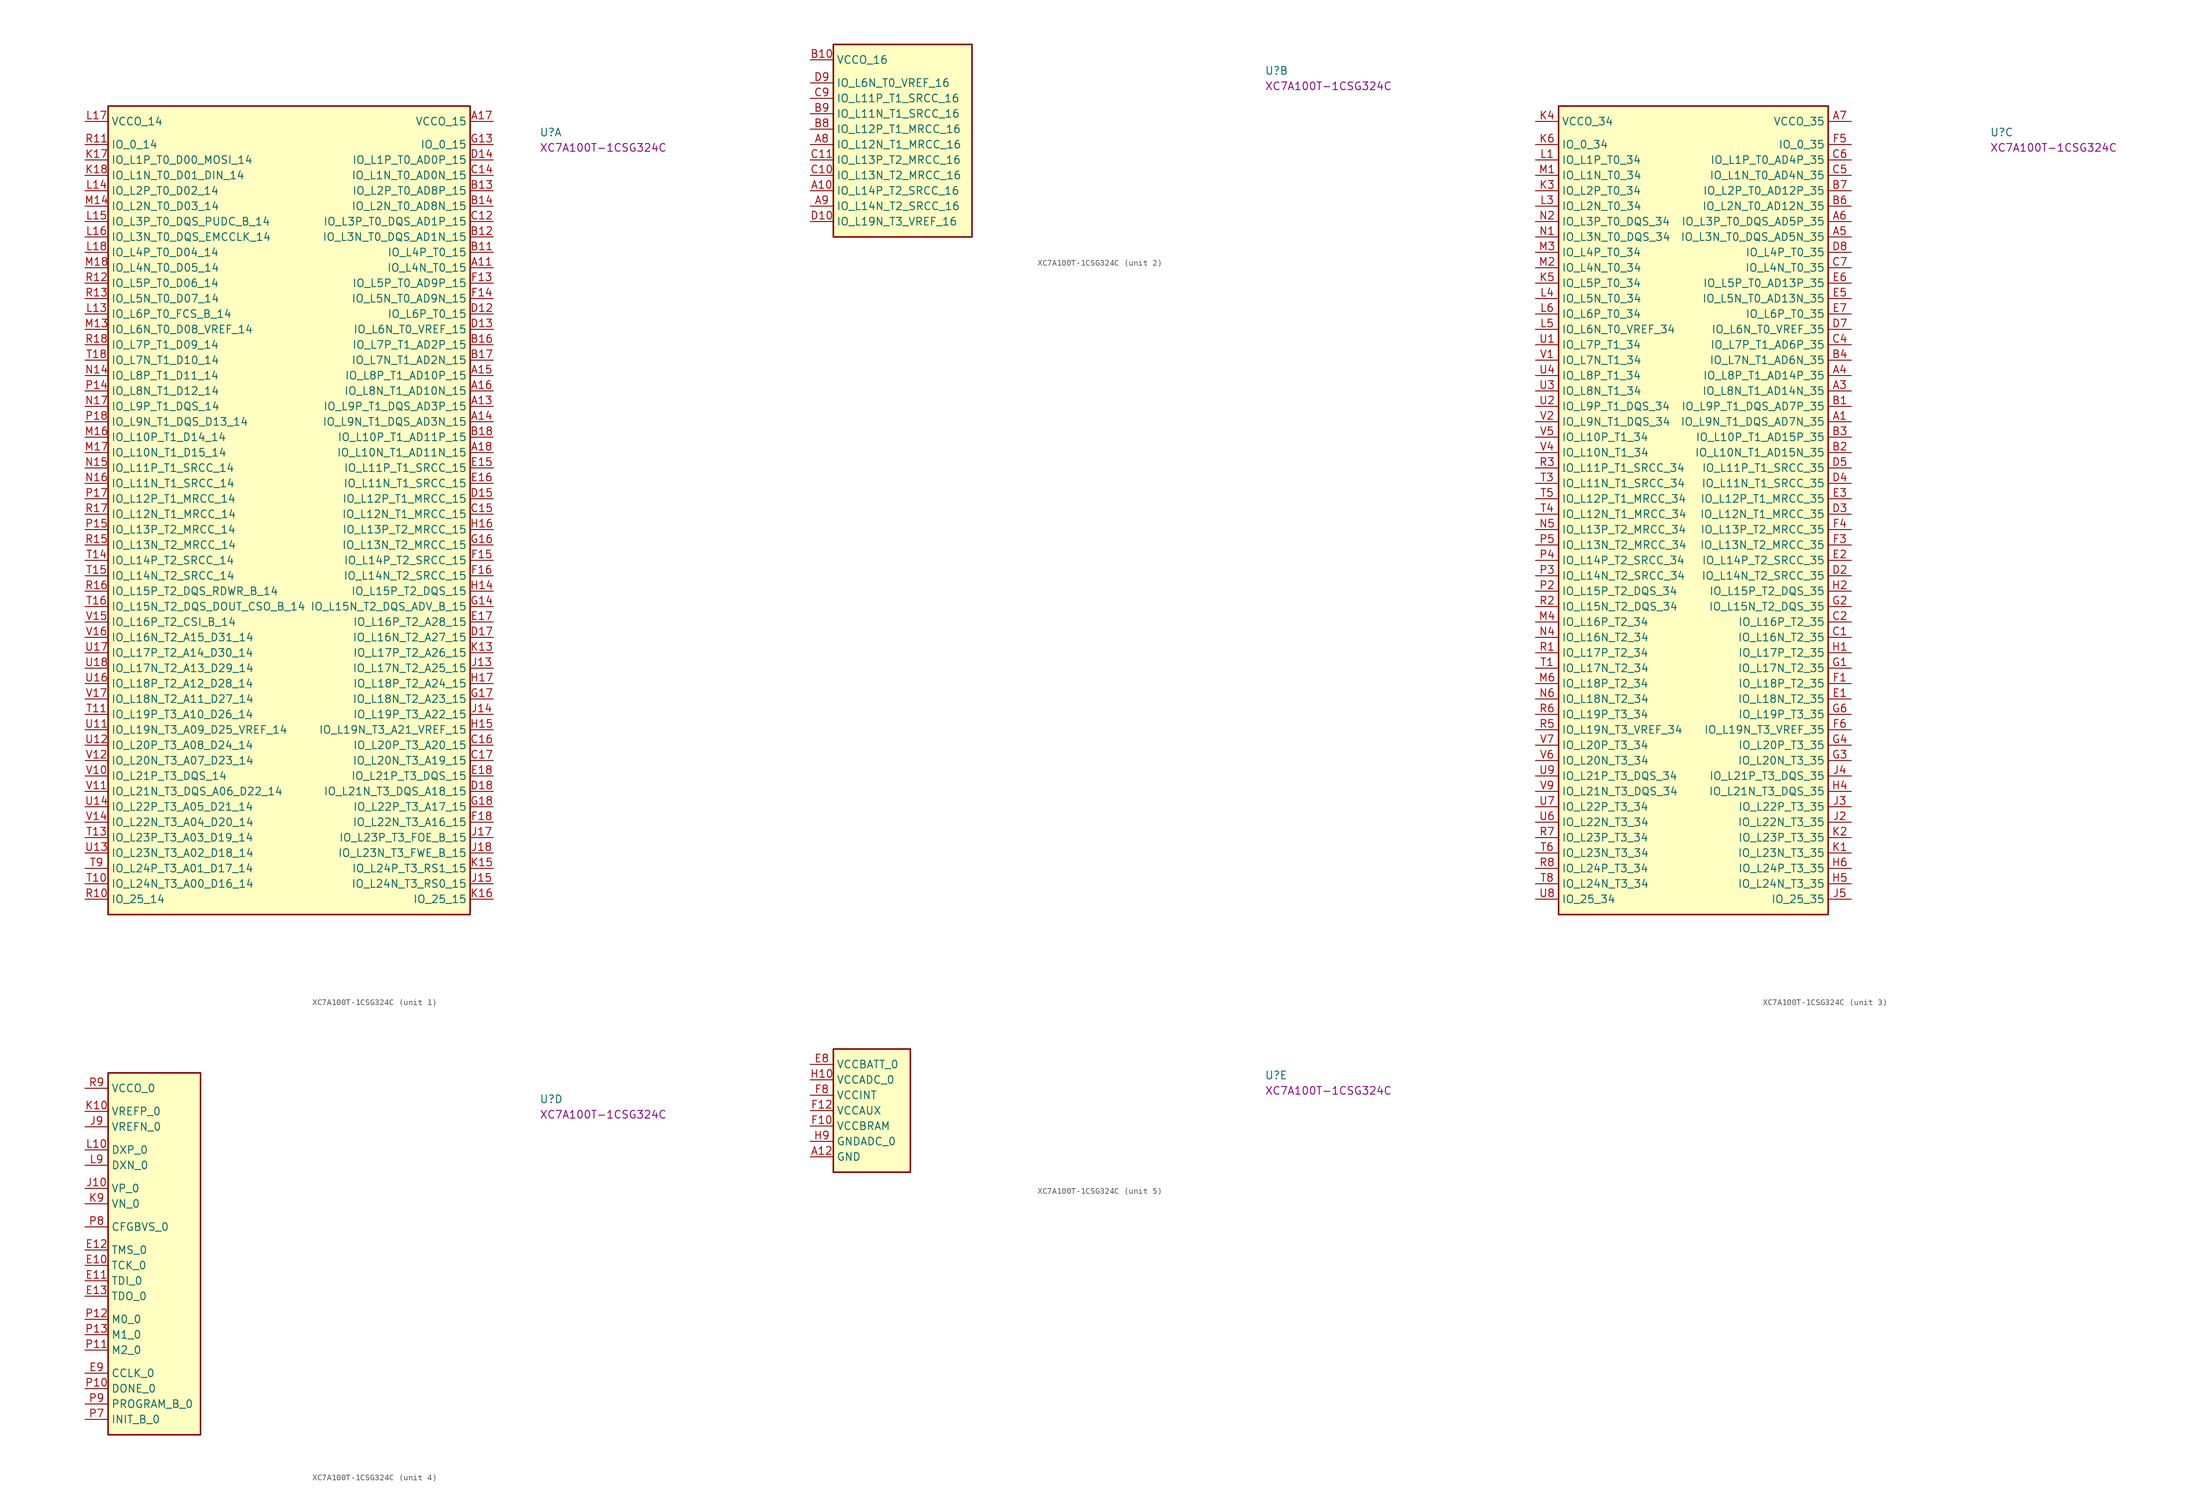
<source format=kicad_sym>
(kicad_symbol_lib
  (version 20220914)
  (generator kicad_symbol_editor)
  (symbol "XC7A100T-1CSG324C"
    (property "Reference" "U"
      (at 74.93 -2.54 0)
      (effects (font (size 1.27 1.27) (thickness 0.15)) (justify left bottom)))
    (property "MPN" "XC7A100T-1CSG324C"
      (at 74.93 -5.08 0)
      (effects (font (size 1.27 1.27) (thickness 0.15)) (justify left bottom)))
    (property "ki_locked" ""
      (at 0 0 0)
      (effects (font (size 1.27 1.27))))
    (symbol "XC7A100T-1CSG324C_1_1"
      (rectangle (start 3.81 2.54) (end 63.5 -130.81) (stroke (width 0.254) (type default)) (fill (type background)))
      (pin input line (at 67.31 -24.13 180) (length 3.81) (name "IO_L4N_T0_15" (effects (font (size 1.27 1.27)))) (number "A11" (effects (font (size 1.27 1.27)))))
      (pin input line (at 67.31 -46.99 180) (length 3.81) (name "IO_L9P_T1_DQS_AD3P_15" (effects (font (size 1.27 1.27)))) (number "A13" (effects (font (size 1.27 1.27)))))
      (pin input line (at 67.31 -49.53 180) (length 3.81) (name "IO_L9N_T1_DQS_AD3N_15" (effects (font (size 1.27 1.27)))) (number "A14" (effects (font (size 1.27 1.27)))))
      (pin input line (at 67.31 -41.91 180) (length 3.81) (name "IO_L8P_T1_AD10P_15" (effects (font (size 1.27 1.27)))) (number "A15" (effects (font (size 1.27 1.27)))))
      (pin input line (at 67.31 -44.45 180) (length 3.81) (name "IO_L8N_T1_AD10N_15" (effects (font (size 1.27 1.27)))) (number "A16" (effects (font (size 1.27 1.27)))))
      (pin input line (at 67.31 0 180) (length 3.81) (name "VCCO_15" (effects (font (size 1.27 1.27)))) (number "A17" (effects (font (size 1.27 1.27)))))
      (pin input line (at 67.31 -54.61 180) (length 3.81) (name "IO_L10N_T1_AD11N_15" (effects (font (size 1.27 1.27)))) (number "A18" (effects (font (size 1.27 1.27)))))
      (pin input line (at 67.31 -21.59 180) (length 3.81) (name "IO_L4P_T0_15" (effects (font (size 1.27 1.27)))) (number "B11" (effects (font (size 1.27 1.27)))))
      (pin input line (at 67.31 -19.05 180) (length 3.81) (name "IO_L3N_T0_DQS_AD1N_15" (effects (font (size 1.27 1.27)))) (number "B12" (effects (font (size 1.27 1.27)))))
      (pin input line (at 67.31 -11.43 180) (length 3.81) (name "IO_L2P_T0_AD8P_15" (effects (font (size 1.27 1.27)))) (number "B13" (effects (font (size 1.27 1.27)))))
      (pin input line (at 67.31 -13.97 180) (length 3.81) (name "IO_L2N_T0_AD8N_15" (effects (font (size 1.27 1.27)))) (number "B14" (effects (font (size 1.27 1.27)))))
      (pin input line (at 67.31 -36.83 180) (length 3.81) (name "IO_L7P_T1_AD2P_15" (effects (font (size 1.27 1.27)))) (number "B16" (effects (font (size 1.27 1.27)))))
      (pin input line (at 67.31 -39.37 180) (length 3.81) (name "IO_L7N_T1_AD2N_15" (effects (font (size 1.27 1.27)))) (number "B17" (effects (font (size 1.27 1.27)))))
      (pin input line (at 67.31 -52.07 180) (length 3.81) (name "IO_L10P_T1_AD11P_15" (effects (font (size 1.27 1.27)))) (number "B18" (effects (font (size 1.27 1.27)))))
      (pin input line (at 67.31 -16.51 180) (length 3.81) (name "IO_L3P_T0_DQS_AD1P_15" (effects (font (size 1.27 1.27)))) (number "C12" (effects (font (size 1.27 1.27)))))
      (pin passive line (at 67.31 0 180) (length 3.81) hide (name "VCCO_15" (effects (font (size 1.27 1.27)))) (number "C13" (effects (font (size 1.27 1.27)))))
      (pin input line (at 67.31 -8.89 180) (length 3.81) (name "IO_L1N_T0_AD0N_15" (effects (font (size 1.27 1.27)))) (number "C14" (effects (font (size 1.27 1.27)))))
      (pin input line (at 67.31 -64.77 180) (length 3.81) (name "IO_L12N_T1_MRCC_15" (effects (font (size 1.27 1.27)))) (number "C15" (effects (font (size 1.27 1.27)))))
      (pin input line (at 67.31 -102.87 180) (length 3.81) (name "IO_L20P_T3_A20_15" (effects (font (size 1.27 1.27)))) (number "C16" (effects (font (size 1.27 1.27)))))
      (pin input line (at 67.31 -105.41 180) (length 3.81) (name "IO_L20N_T3_A19_15" (effects (font (size 1.27 1.27)))) (number "C17" (effects (font (size 1.27 1.27)))))
      (pin input line (at 67.31 -31.75 180) (length 3.81) (name "IO_L6P_T0_15" (effects (font (size 1.27 1.27)))) (number "D12" (effects (font (size 1.27 1.27)))))
      (pin input line (at 67.31 -34.29 180) (length 3.81) (name "IO_L6N_T0_VREF_15" (effects (font (size 1.27 1.27)))) (number "D13" (effects (font (size 1.27 1.27)))))
      (pin input line (at 67.31 -6.35 180) (length 3.81) (name "IO_L1P_T0_AD0P_15" (effects (font (size 1.27 1.27)))) (number "D14" (effects (font (size 1.27 1.27)))))
      (pin input line (at 67.31 -62.23 180) (length 3.81) (name "IO_L12P_T1_MRCC_15" (effects (font (size 1.27 1.27)))) (number "D15" (effects (font (size 1.27 1.27)))))
      (pin passive line (at 67.31 0 180) (length 3.81) hide (name "VCCO_15" (effects (font (size 1.27 1.27)))) (number "D16" (effects (font (size 1.27 1.27)))))
      (pin input line (at 67.31 -85.09 180) (length 3.81) (name "IO_L16N_T2_A27_15" (effects (font (size 1.27 1.27)))) (number "D17" (effects (font (size 1.27 1.27)))))
      (pin input line (at 67.31 -110.49 180) (length 3.81) (name "IO_L21N_T3_DQS_A18_15" (effects (font (size 1.27 1.27)))) (number "D18" (effects (font (size 1.27 1.27)))))
      (pin input line (at 67.31 -57.15 180) (length 3.81) (name "IO_L11P_T1_SRCC_15" (effects (font (size 1.27 1.27)))) (number "E15" (effects (font (size 1.27 1.27)))))
      (pin input line (at 67.31 -59.69 180) (length 3.81) (name "IO_L11N_T1_SRCC_15" (effects (font (size 1.27 1.27)))) (number "E16" (effects (font (size 1.27 1.27)))))
      (pin input line (at 67.31 -82.55 180) (length 3.81) (name "IO_L16P_T2_A28_15" (effects (font (size 1.27 1.27)))) (number "E17" (effects (font (size 1.27 1.27)))))
      (pin input line (at 67.31 -107.95 180) (length 3.81) (name "IO_L21P_T3_DQS_15" (effects (font (size 1.27 1.27)))) (number "E18" (effects (font (size 1.27 1.27)))))
      (pin input line (at 67.31 -26.67 180) (length 3.81) (name "IO_L5P_T0_AD9P_15" (effects (font (size 1.27 1.27)))) (number "F13" (effects (font (size 1.27 1.27)))))
      (pin input line (at 67.31 -29.21 180) (length 3.81) (name "IO_L5N_T0_AD9N_15" (effects (font (size 1.27 1.27)))) (number "F14" (effects (font (size 1.27 1.27)))))
      (pin input line (at 67.31 -72.39 180) (length 3.81) (name "IO_L14P_T2_SRCC_15" (effects (font (size 1.27 1.27)))) (number "F15" (effects (font (size 1.27 1.27)))))
      (pin input line (at 67.31 -74.93 180) (length 3.81) (name "IO_L14N_T2_SRCC_15" (effects (font (size 1.27 1.27)))) (number "F16" (effects (font (size 1.27 1.27)))))
      (pin input line (at 67.31 -115.57 180) (length 3.81) (name "IO_L22N_T3_A16_15" (effects (font (size 1.27 1.27)))) (number "F18" (effects (font (size 1.27 1.27)))))
      (pin input line (at 67.31 -3.81 180) (length 3.81) (name "IO_0_15" (effects (font (size 1.27 1.27)))) (number "G13" (effects (font (size 1.27 1.27)))))
      (pin input line (at 67.31 -80.01 180) (length 3.81) (name "IO_L15N_T2_DQS_ADV_B_15" (effects (font (size 1.27 1.27)))) (number "G14" (effects (font (size 1.27 1.27)))))
      (pin passive line (at 67.31 0 180) (length 3.81) hide (name "VCCO_15" (effects (font (size 1.27 1.27)))) (number "G15" (effects (font (size 1.27 1.27)))))
      (pin input line (at 67.31 -69.85 180) (length 3.81) (name "IO_L13N_T2_MRCC_15" (effects (font (size 1.27 1.27)))) (number "G16" (effects (font (size 1.27 1.27)))))
      (pin input line (at 67.31 -95.25 180) (length 3.81) (name "IO_L18N_T2_A23_15" (effects (font (size 1.27 1.27)))) (number "G17" (effects (font (size 1.27 1.27)))))
      (pin input line (at 67.31 -113.03 180) (length 3.81) (name "IO_L22P_T3_A17_15" (effects (font (size 1.27 1.27)))) (number "G18" (effects (font (size 1.27 1.27)))))
      (pin input line (at 67.31 -77.47 180) (length 3.81) (name "IO_L15P_T2_DQS_15" (effects (font (size 1.27 1.27)))) (number "H14" (effects (font (size 1.27 1.27)))))
      (pin input line (at 67.31 -100.33 180) (length 3.81) (name "IO_L19N_T3_A21_VREF_15" (effects (font (size 1.27 1.27)))) (number "H15" (effects (font (size 1.27 1.27)))))
      (pin input line (at 67.31 -67.31 180) (length 3.81) (name "IO_L13P_T2_MRCC_15" (effects (font (size 1.27 1.27)))) (number "H16" (effects (font (size 1.27 1.27)))))
      (pin input line (at 67.31 -92.71 180) (length 3.81) (name "IO_L18P_T2_A24_15" (effects (font (size 1.27 1.27)))) (number "H17" (effects (font (size 1.27 1.27)))))
      (pin passive line (at 67.31 0 180) (length 3.81) hide (name "VCCO_15" (effects (font (size 1.27 1.27)))) (number "H18" (effects (font (size 1.27 1.27)))))
      (pin input line (at 67.31 -90.17 180) (length 3.81) (name "IO_L17N_T2_A25_15" (effects (font (size 1.27 1.27)))) (number "J13" (effects (font (size 1.27 1.27)))))
      (pin input line (at 67.31 -97.79 180) (length 3.81) (name "IO_L19P_T3_A22_15" (effects (font (size 1.27 1.27)))) (number "J14" (effects (font (size 1.27 1.27)))))
      (pin input line (at 67.31 -125.73 180) (length 3.81) (name "IO_L24N_T3_RS0_15" (effects (font (size 1.27 1.27)))) (number "J15" (effects (font (size 1.27 1.27)))))
      (pin input line (at 67.31 -118.11 180) (length 3.81) (name "IO_L23P_T3_FOE_B_15" (effects (font (size 1.27 1.27)))) (number "J17" (effects (font (size 1.27 1.27)))))
      (pin input line (at 67.31 -120.65 180) (length 3.81) (name "IO_L23N_T3_FWE_B_15" (effects (font (size 1.27 1.27)))) (number "J18" (effects (font (size 1.27 1.27)))))
      (pin input line (at 67.31 -87.63 180) (length 3.81) (name "IO_L17P_T2_A26_15" (effects (font (size 1.27 1.27)))) (number "K13" (effects (font (size 1.27 1.27)))))
      (pin passive line (at 67.31 0 180) (length 3.81) hide (name "VCCO_15" (effects (font (size 1.27 1.27)))) (number "K14" (effects (font (size 1.27 1.27)))))
      (pin input line (at 67.31 -123.19 180) (length 3.81) (name "IO_L24P_T3_RS1_15" (effects (font (size 1.27 1.27)))) (number "K15" (effects (font (size 1.27 1.27)))))
      (pin input line (at 67.31 -128.27 180) (length 3.81) (name "IO_25_15" (effects (font (size 1.27 1.27)))) (number "K16" (effects (font (size 1.27 1.27)))))
      (pin input line (at 0 -6.35 0) (length 3.81) (name "IO_L1P_T0_D00_MOSI_14" (effects (font (size 1.27 1.27)))) (number "K17" (effects (font (size 1.27 1.27)))))
      (pin input line (at 0 -8.89 0) (length 3.81) (name "IO_L1N_T0_D01_DIN_14" (effects (font (size 1.27 1.27)))) (number "K18" (effects (font (size 1.27 1.27)))))
      (pin input line (at 0 -31.75 0) (length 3.81) (name "IO_L6P_T0_FCS_B_14" (effects (font (size 1.27 1.27)))) (number "L13" (effects (font (size 1.27 1.27)))))
      (pin input line (at 0 -11.43 0) (length 3.81) (name "IO_L2P_T0_D02_14" (effects (font (size 1.27 1.27)))) (number "L14" (effects (font (size 1.27 1.27)))))
      (pin input line (at 0 -16.51 0) (length 3.81) (name "IO_L3P_T0_DQS_PUDC_B_14" (effects (font (size 1.27 1.27)))) (number "L15" (effects (font (size 1.27 1.27)))))
      (pin input line (at 0 -19.05 0) (length 3.81) (name "IO_L3N_T0_DQS_EMCCLK_14" (effects (font (size 1.27 1.27)))) (number "L16" (effects (font (size 1.27 1.27)))))
      (pin input line (at 0 0 0) (length 3.81) (name "VCCO_14" (effects (font (size 1.27 1.27)))) (number "L17" (effects (font (size 1.27 1.27)))))
      (pin input line (at 0 -21.59 0) (length 3.81) (name "IO_L4P_T0_D04_14" (effects (font (size 1.27 1.27)))) (number "L18" (effects (font (size 1.27 1.27)))))
      (pin input line (at 0 -34.29 0) (length 3.81) (name "IO_L6N_T0_D08_VREF_14" (effects (font (size 1.27 1.27)))) (number "M13" (effects (font (size 1.27 1.27)))))
      (pin input line (at 0 -13.97 0) (length 3.81) (name "IO_L2N_T0_D03_14" (effects (font (size 1.27 1.27)))) (number "M14" (effects (font (size 1.27 1.27)))))
      (pin input line (at 0 -52.07 0) (length 3.81) (name "IO_L10P_T1_D14_14" (effects (font (size 1.27 1.27)))) (number "M16" (effects (font (size 1.27 1.27)))))
      (pin input line (at 0 -54.61 0) (length 3.81) (name "IO_L10N_T1_D15_14" (effects (font (size 1.27 1.27)))) (number "M17" (effects (font (size 1.27 1.27)))))
      (pin input line (at 0 -24.13 0) (length 3.81) (name "IO_L4N_T0_D05_14" (effects (font (size 1.27 1.27)))) (number "M18" (effects (font (size 1.27 1.27)))))
      (pin passive line (at 0 0 0) (length 3.81) hide (name "VCCO_14" (effects (font (size 1.27 1.27)))) (number "N13" (effects (font (size 1.27 1.27)))))
      (pin input line (at 0 -41.91 0) (length 3.81) (name "IO_L8P_T1_D11_14" (effects (font (size 1.27 1.27)))) (number "N14" (effects (font (size 1.27 1.27)))))
      (pin input line (at 0 -57.15 0) (length 3.81) (name "IO_L11P_T1_SRCC_14" (effects (font (size 1.27 1.27)))) (number "N15" (effects (font (size 1.27 1.27)))))
      (pin input line (at 0 -59.69 0) (length 3.81) (name "IO_L11N_T1_SRCC_14" (effects (font (size 1.27 1.27)))) (number "N16" (effects (font (size 1.27 1.27)))))
      (pin input line (at 0 -46.99 0) (length 3.81) (name "IO_L9P_T1_DQS_14" (effects (font (size 1.27 1.27)))) (number "N17" (effects (font (size 1.27 1.27)))))
      (pin input line (at 0 -44.45 0) (length 3.81) (name "IO_L8N_T1_D12_14" (effects (font (size 1.27 1.27)))) (number "P14" (effects (font (size 1.27 1.27)))))
      (pin input line (at 0 -67.31 0) (length 3.81) (name "IO_L13P_T2_MRCC_14" (effects (font (size 1.27 1.27)))) (number "P15" (effects (font (size 1.27 1.27)))))
      (pin passive line (at 0 0 0) (length 3.81) hide (name "VCCO_14" (effects (font (size 1.27 1.27)))) (number "P16" (effects (font (size 1.27 1.27)))))
      (pin input line (at 0 -62.23 0) (length 3.81) (name "IO_L12P_T1_MRCC_14" (effects (font (size 1.27 1.27)))) (number "P17" (effects (font (size 1.27 1.27)))))
      (pin input line (at 0 -49.53 0) (length 3.81) (name "IO_L9N_T1_DQS_D13_14" (effects (font (size 1.27 1.27)))) (number "P18" (effects (font (size 1.27 1.27)))))
      (pin input line (at 0 -128.27 0) (length 3.81) (name "IO_25_14" (effects (font (size 1.27 1.27)))) (number "R10" (effects (font (size 1.27 1.27)))))
      (pin input line (at 0 -3.81 0) (length 3.81) (name "IO_0_14" (effects (font (size 1.27 1.27)))) (number "R11" (effects (font (size 1.27 1.27)))))
      (pin input line (at 0 -26.67 0) (length 3.81) (name "IO_L5P_T0_D06_14" (effects (font (size 1.27 1.27)))) (number "R12" (effects (font (size 1.27 1.27)))))
      (pin input line (at 0 -29.21 0) (length 3.81) (name "IO_L5N_T0_D07_14" (effects (font (size 1.27 1.27)))) (number "R13" (effects (font (size 1.27 1.27)))))
      (pin input line (at 0 -69.85 0) (length 3.81) (name "IO_L13N_T2_MRCC_14" (effects (font (size 1.27 1.27)))) (number "R15" (effects (font (size 1.27 1.27)))))
      (pin input line (at 0 -77.47 0) (length 3.81) (name "IO_L15P_T2_DQS_RDWR_B_14" (effects (font (size 1.27 1.27)))) (number "R16" (effects (font (size 1.27 1.27)))))
      (pin input line (at 0 -64.77 0) (length 3.81) (name "IO_L12N_T1_MRCC_14" (effects (font (size 1.27 1.27)))) (number "R17" (effects (font (size 1.27 1.27)))))
      (pin input line (at 0 -36.83 0) (length 3.81) (name "IO_L7P_T1_D09_14" (effects (font (size 1.27 1.27)))) (number "R18" (effects (font (size 1.27 1.27)))))
      (pin input line (at 0 -125.73 0) (length 3.81) (name "IO_L24N_T3_A00_D16_14" (effects (font (size 1.27 1.27)))) (number "T10" (effects (font (size 1.27 1.27)))))
      (pin input line (at 0 -97.79 0) (length 3.81) (name "IO_L19P_T3_A10_D26_14" (effects (font (size 1.27 1.27)))) (number "T11" (effects (font (size 1.27 1.27)))))
      (pin passive line (at 0 0 0) (length 3.81) hide (name "VCCO_14" (effects (font (size 1.27 1.27)))) (number "T12" (effects (font (size 1.27 1.27)))))
      (pin input line (at 0 -118.11 0) (length 3.81) (name "IO_L23P_T3_A03_D19_14" (effects (font (size 1.27 1.27)))) (number "T13" (effects (font (size 1.27 1.27)))))
      (pin input line (at 0 -72.39 0) (length 3.81) (name "IO_L14P_T2_SRCC_14" (effects (font (size 1.27 1.27)))) (number "T14" (effects (font (size 1.27 1.27)))))
      (pin input line (at 0 -74.93 0) (length 3.81) (name "IO_L14N_T2_SRCC_14" (effects (font (size 1.27 1.27)))) (number "T15" (effects (font (size 1.27 1.27)))))
      (pin input line (at 0 -80.01 0) (length 3.81) (name "IO_L15N_T2_DQS_DOUT_CSO_B_14" (effects (font (size 1.27 1.27)))) (number "T16" (effects (font (size 1.27 1.27)))))
      (pin input line (at 0 -39.37 0) (length 3.81) (name "IO_L7N_T1_D10_14" (effects (font (size 1.27 1.27)))) (number "T18" (effects (font (size 1.27 1.27)))))
      (pin input line (at 0 -123.19 0) (length 3.81) (name "IO_L24P_T3_A01_D17_14" (effects (font (size 1.27 1.27)))) (number "T9" (effects (font (size 1.27 1.27)))))
      (pin input line (at 0 -100.33 0) (length 3.81) (name "IO_L19N_T3_A09_D25_VREF_14" (effects (font (size 1.27 1.27)))) (number "U11" (effects (font (size 1.27 1.27)))))
      (pin input line (at 0 -102.87 0) (length 3.81) (name "IO_L20P_T3_A08_D24_14" (effects (font (size 1.27 1.27)))) (number "U12" (effects (font (size 1.27 1.27)))))
      (pin input line (at 0 -120.65 0) (length 3.81) (name "IO_L23N_T3_A02_D18_14" (effects (font (size 1.27 1.27)))) (number "U13" (effects (font (size 1.27 1.27)))))
      (pin input line (at 0 -113.03 0) (length 3.81) (name "IO_L22P_T3_A05_D21_14" (effects (font (size 1.27 1.27)))) (number "U14" (effects (font (size 1.27 1.27)))))
      (pin passive line (at 0 0 0) (length 3.81) hide (name "VCCO_14" (effects (font (size 1.27 1.27)))) (number "U15" (effects (font (size 1.27 1.27)))))
      (pin input line (at 0 -92.71 0) (length 3.81) (name "IO_L18P_T2_A12_D28_14" (effects (font (size 1.27 1.27)))) (number "U16" (effects (font (size 1.27 1.27)))))
      (pin input line (at 0 -87.63 0) (length 3.81) (name "IO_L17P_T2_A14_D30_14" (effects (font (size 1.27 1.27)))) (number "U17" (effects (font (size 1.27 1.27)))))
      (pin input line (at 0 -90.17 0) (length 3.81) (name "IO_L17N_T2_A13_D29_14" (effects (font (size 1.27 1.27)))) (number "U18" (effects (font (size 1.27 1.27)))))
      (pin input line (at 0 -107.95 0) (length 3.81) (name "IO_L21P_T3_DQS_14" (effects (font (size 1.27 1.27)))) (number "V10" (effects (font (size 1.27 1.27)))))
      (pin input line (at 0 -110.49 0) (length 3.81) (name "IO_L21N_T3_DQS_A06_D22_14" (effects (font (size 1.27 1.27)))) (number "V11" (effects (font (size 1.27 1.27)))))
      (pin input line (at 0 -105.41 0) (length 3.81) (name "IO_L20N_T3_A07_D23_14" (effects (font (size 1.27 1.27)))) (number "V12" (effects (font (size 1.27 1.27)))))
      (pin input line (at 0 -115.57 0) (length 3.81) (name "IO_L22N_T3_A04_D20_14" (effects (font (size 1.27 1.27)))) (number "V14" (effects (font (size 1.27 1.27)))))
      (pin input line (at 0 -82.55 0) (length 3.81) (name "IO_L16P_T2_CSI_B_14" (effects (font (size 1.27 1.27)))) (number "V15" (effects (font (size 1.27 1.27)))))
      (pin input line (at 0 -85.09 0) (length 3.81) (name "IO_L16N_T2_A15_D31_14" (effects (font (size 1.27 1.27)))) (number "V16" (effects (font (size 1.27 1.27)))))
      (pin input line (at 0 -95.25 0) (length 3.81) (name "IO_L18N_T2_A11_D27_14" (effects (font (size 1.27 1.27)))) (number "V17" (effects (font (size 1.27 1.27)))))
      (pin passive line (at 0 0 0) (length 3.81) hide (name "VCCO_14" (effects (font (size 1.27 1.27)))) (number "V18" (effects (font (size 1.27 1.27))))))
    (symbol "XC7A100T-1CSG324C_2_1"
      (rectangle (start 3.81 2.54) (end 26.67 -29.21) (stroke (width 0.254) (type default)) (fill (type background)))
      (pin input line (at 0 -21.59 0) (length 3.81) (name "IO_L14P_T2_SRCC_16" (effects (font (size 1.27 1.27)))) (number "A10" (effects (font (size 1.27 1.27)))))
      (pin input line (at 0 -13.97 0) (length 3.81) (name "IO_L12N_T1_MRCC_16" (effects (font (size 1.27 1.27)))) (number "A8" (effects (font (size 1.27 1.27)))))
      (pin input line (at 0 -24.13 0) (length 3.81) (name "IO_L14N_T2_SRCC_16" (effects (font (size 1.27 1.27)))) (number "A9" (effects (font (size 1.27 1.27)))))
      (pin input line (at 0 0 0) (length 3.81) (name "VCCO_16" (effects (font (size 1.27 1.27)))) (number "B10" (effects (font (size 1.27 1.27)))))
      (pin input line (at 0 -11.43 0) (length 3.81) (name "IO_L12P_T1_MRCC_16" (effects (font (size 1.27 1.27)))) (number "B8" (effects (font (size 1.27 1.27)))))
      (pin input line (at 0 -8.89 0) (length 3.81) (name "IO_L11N_T1_SRCC_16" (effects (font (size 1.27 1.27)))) (number "B9" (effects (font (size 1.27 1.27)))))
      (pin input line (at 0 -19.05 0) (length 3.81) (name "IO_L13N_T2_MRCC_16" (effects (font (size 1.27 1.27)))) (number "C10" (effects (font (size 1.27 1.27)))))
      (pin input line (at 0 -16.51 0) (length 3.81) (name "IO_L13P_T2_MRCC_16" (effects (font (size 1.27 1.27)))) (number "C11" (effects (font (size 1.27 1.27)))))
      (pin input line (at 0 -6.35 0) (length 3.81) (name "IO_L11P_T1_SRCC_16" (effects (font (size 1.27 1.27)))) (number "C9" (effects (font (size 1.27 1.27)))))
      (pin input line (at 0 -26.67 0) (length 3.81) (name "IO_L19N_T3_VREF_16" (effects (font (size 1.27 1.27)))) (number "D10" (effects (font (size 1.27 1.27)))))
      (pin input line (at 0 -3.81 0) (length 3.81) (name "IO_L6N_T0_VREF_16" (effects (font (size 1.27 1.27)))) (number "D9" (effects (font (size 1.27 1.27))))))
    (symbol "XC7A100T-1CSG324C_3_1"
      (rectangle (start 3.81 2.54) (end 48.26 -130.81) (stroke (width 0.254) (type default)) (fill (type background)))
      (pin input line (at 52.07 -49.53 180) (length 3.81) (name "IO_L9N_T1_DQS_AD7N_35" (effects (font (size 1.27 1.27)))) (number "A1" (effects (font (size 1.27 1.27)))))
      (pin input line (at 52.07 -44.45 180) (length 3.81) (name "IO_L8N_T1_AD14N_35" (effects (font (size 1.27 1.27)))) (number "A3" (effects (font (size 1.27 1.27)))))
      (pin input line (at 52.07 -41.91 180) (length 3.81) (name "IO_L8P_T1_AD14P_35" (effects (font (size 1.27 1.27)))) (number "A4" (effects (font (size 1.27 1.27)))))
      (pin input line (at 52.07 -19.05 180) (length 3.81) (name "IO_L3N_T0_DQS_AD5N_35" (effects (font (size 1.27 1.27)))) (number "A5" (effects (font (size 1.27 1.27)))))
      (pin input line (at 52.07 -16.51 180) (length 3.81) (name "IO_L3P_T0_DQS_AD5P_35" (effects (font (size 1.27 1.27)))) (number "A6" (effects (font (size 1.27 1.27)))))
      (pin input line (at 52.07 0 180) (length 3.81) (name "VCCO_35" (effects (font (size 1.27 1.27)))) (number "A7" (effects (font (size 1.27 1.27)))))
      (pin input line (at 52.07 -46.99 180) (length 3.81) (name "IO_L9P_T1_DQS_AD7P_35" (effects (font (size 1.27 1.27)))) (number "B1" (effects (font (size 1.27 1.27)))))
      (pin input line (at 52.07 -54.61 180) (length 3.81) (name "IO_L10N_T1_AD15N_35" (effects (font (size 1.27 1.27)))) (number "B2" (effects (font (size 1.27 1.27)))))
      (pin input line (at 52.07 -52.07 180) (length 3.81) (name "IO_L10P_T1_AD15P_35" (effects (font (size 1.27 1.27)))) (number "B3" (effects (font (size 1.27 1.27)))))
      (pin input line (at 52.07 -39.37 180) (length 3.81) (name "IO_L7N_T1_AD6N_35" (effects (font (size 1.27 1.27)))) (number "B4" (effects (font (size 1.27 1.27)))))
      (pin input line (at 52.07 -13.97 180) (length 3.81) (name "IO_L2N_T0_AD12N_35" (effects (font (size 1.27 1.27)))) (number "B6" (effects (font (size 1.27 1.27)))))
      (pin input line (at 52.07 -11.43 180) (length 3.81) (name "IO_L2P_T0_AD12P_35" (effects (font (size 1.27 1.27)))) (number "B7" (effects (font (size 1.27 1.27)))))
      (pin input line (at 52.07 -85.09 180) (length 3.81) (name "IO_L16N_T2_35" (effects (font (size 1.27 1.27)))) (number "C1" (effects (font (size 1.27 1.27)))))
      (pin input line (at 52.07 -82.55 180) (length 3.81) (name "IO_L16P_T2_35" (effects (font (size 1.27 1.27)))) (number "C2" (effects (font (size 1.27 1.27)))))
      (pin passive line (at 52.07 0 180) (length 3.81) hide (name "VCCO_35" (effects (font (size 1.27 1.27)))) (number "C3" (effects (font (size 1.27 1.27)))))
      (pin input line (at 52.07 -36.83 180) (length 3.81) (name "IO_L7P_T1_AD6P_35" (effects (font (size 1.27 1.27)))) (number "C4" (effects (font (size 1.27 1.27)))))
      (pin input line (at 52.07 -8.89 180) (length 3.81) (name "IO_L1N_T0_AD4N_35" (effects (font (size 1.27 1.27)))) (number "C5" (effects (font (size 1.27 1.27)))))
      (pin input line (at 52.07 -6.35 180) (length 3.81) (name "IO_L1P_T0_AD4P_35" (effects (font (size 1.27 1.27)))) (number "C6" (effects (font (size 1.27 1.27)))))
      (pin input line (at 52.07 -24.13 180) (length 3.81) (name "IO_L4N_T0_35" (effects (font (size 1.27 1.27)))) (number "C7" (effects (font (size 1.27 1.27)))))
      (pin input line (at 52.07 -74.93 180) (length 3.81) (name "IO_L14N_T2_SRCC_35" (effects (font (size 1.27 1.27)))) (number "D2" (effects (font (size 1.27 1.27)))))
      (pin input line (at 52.07 -64.77 180) (length 3.81) (name "IO_L12N_T1_MRCC_35" (effects (font (size 1.27 1.27)))) (number "D3" (effects (font (size 1.27 1.27)))))
      (pin input line (at 52.07 -59.69 180) (length 3.81) (name "IO_L11N_T1_SRCC_35" (effects (font (size 1.27 1.27)))) (number "D4" (effects (font (size 1.27 1.27)))))
      (pin input line (at 52.07 -57.15 180) (length 3.81) (name "IO_L11P_T1_SRCC_35" (effects (font (size 1.27 1.27)))) (number "D5" (effects (font (size 1.27 1.27)))))
      (pin passive line (at 52.07 0 180) (length 3.81) hide (name "VCCO_35" (effects (font (size 1.27 1.27)))) (number "D6" (effects (font (size 1.27 1.27)))))
      (pin input line (at 52.07 -34.29 180) (length 3.81) (name "IO_L6N_T0_VREF_35" (effects (font (size 1.27 1.27)))) (number "D7" (effects (font (size 1.27 1.27)))))
      (pin input line (at 52.07 -21.59 180) (length 3.81) (name "IO_L4P_T0_35" (effects (font (size 1.27 1.27)))) (number "D8" (effects (font (size 1.27 1.27)))))
      (pin input line (at 52.07 -95.25 180) (length 3.81) (name "IO_L18N_T2_35" (effects (font (size 1.27 1.27)))) (number "E1" (effects (font (size 1.27 1.27)))))
      (pin input line (at 52.07 -72.39 180) (length 3.81) (name "IO_L14P_T2_SRCC_35" (effects (font (size 1.27 1.27)))) (number "E2" (effects (font (size 1.27 1.27)))))
      (pin input line (at 52.07 -62.23 180) (length 3.81) (name "IO_L12P_T1_MRCC_35" (effects (font (size 1.27 1.27)))) (number "E3" (effects (font (size 1.27 1.27)))))
      (pin input line (at 52.07 -29.21 180) (length 3.81) (name "IO_L5N_T0_AD13N_35" (effects (font (size 1.27 1.27)))) (number "E5" (effects (font (size 1.27 1.27)))))
      (pin input line (at 52.07 -26.67 180) (length 3.81) (name "IO_L5P_T0_AD13P_35" (effects (font (size 1.27 1.27)))) (number "E6" (effects (font (size 1.27 1.27)))))
      (pin input line (at 52.07 -31.75 180) (length 3.81) (name "IO_L6P_T0_35" (effects (font (size 1.27 1.27)))) (number "E7" (effects (font (size 1.27 1.27)))))
      (pin input line (at 52.07 -92.71 180) (length 3.81) (name "IO_L18P_T2_35" (effects (font (size 1.27 1.27)))) (number "F1" (effects (font (size 1.27 1.27)))))
      (pin passive line (at 52.07 0 180) (length 3.81) hide (name "VCCO_35" (effects (font (size 1.27 1.27)))) (number "F2" (effects (font (size 1.27 1.27)))))
      (pin input line (at 52.07 -69.85 180) (length 3.81) (name "IO_L13N_T2_MRCC_35" (effects (font (size 1.27 1.27)))) (number "F3" (effects (font (size 1.27 1.27)))))
      (pin input line (at 52.07 -67.31 180) (length 3.81) (name "IO_L13P_T2_MRCC_35" (effects (font (size 1.27 1.27)))) (number "F4" (effects (font (size 1.27 1.27)))))
      (pin input line (at 52.07 -3.81 180) (length 3.81) (name "IO_0_35" (effects (font (size 1.27 1.27)))) (number "F5" (effects (font (size 1.27 1.27)))))
      (pin input line (at 52.07 -100.33 180) (length 3.81) (name "IO_L19N_T3_VREF_35" (effects (font (size 1.27 1.27)))) (number "F6" (effects (font (size 1.27 1.27)))))
      (pin input line (at 52.07 -90.17 180) (length 3.81) (name "IO_L17N_T2_35" (effects (font (size 1.27 1.27)))) (number "G1" (effects (font (size 1.27 1.27)))))
      (pin input line (at 52.07 -80.01 180) (length 3.81) (name "IO_L15N_T2_DQS_35" (effects (font (size 1.27 1.27)))) (number "G2" (effects (font (size 1.27 1.27)))))
      (pin input line (at 52.07 -105.41 180) (length 3.81) (name "IO_L20N_T3_35" (effects (font (size 1.27 1.27)))) (number "G3" (effects (font (size 1.27 1.27)))))
      (pin input line (at 52.07 -102.87 180) (length 3.81) (name "IO_L20P_T3_35" (effects (font (size 1.27 1.27)))) (number "G4" (effects (font (size 1.27 1.27)))))
      (pin passive line (at 52.07 0 180) (length 3.81) hide (name "VCCO_35" (effects (font (size 1.27 1.27)))) (number "G5" (effects (font (size 1.27 1.27)))))
      (pin input line (at 52.07 -97.79 180) (length 3.81) (name "IO_L19P_T3_35" (effects (font (size 1.27 1.27)))) (number "G6" (effects (font (size 1.27 1.27)))))
      (pin input line (at 52.07 -87.63 180) (length 3.81) (name "IO_L17P_T2_35" (effects (font (size 1.27 1.27)))) (number "H1" (effects (font (size 1.27 1.27)))))
      (pin input line (at 52.07 -77.47 180) (length 3.81) (name "IO_L15P_T2_DQS_35" (effects (font (size 1.27 1.27)))) (number "H2" (effects (font (size 1.27 1.27)))))
      (pin input line (at 52.07 -110.49 180) (length 3.81) (name "IO_L21N_T3_DQS_35" (effects (font (size 1.27 1.27)))) (number "H4" (effects (font (size 1.27 1.27)))))
      (pin input line (at 52.07 -125.73 180) (length 3.81) (name "IO_L24N_T3_35" (effects (font (size 1.27 1.27)))) (number "H5" (effects (font (size 1.27 1.27)))))
      (pin input line (at 52.07 -123.19 180) (length 3.81) (name "IO_L24P_T3_35" (effects (font (size 1.27 1.27)))) (number "H6" (effects (font (size 1.27 1.27)))))
      (pin passive line (at 52.07 0 180) (length 3.81) hide (name "VCCO_35" (effects (font (size 1.27 1.27)))) (number "J1" (effects (font (size 1.27 1.27)))))
      (pin input line (at 52.07 -115.57 180) (length 3.81) (name "IO_L22N_T3_35" (effects (font (size 1.27 1.27)))) (number "J2" (effects (font (size 1.27 1.27)))))
      (pin input line (at 52.07 -113.03 180) (length 3.81) (name "IO_L22P_T3_35" (effects (font (size 1.27 1.27)))) (number "J3" (effects (font (size 1.27 1.27)))))
      (pin input line (at 52.07 -107.95 180) (length 3.81) (name "IO_L21P_T3_DQS_35" (effects (font (size 1.27 1.27)))) (number "J4" (effects (font (size 1.27 1.27)))))
      (pin input line (at 52.07 -128.27 180) (length 3.81) (name "IO_25_35" (effects (font (size 1.27 1.27)))) (number "J5" (effects (font (size 1.27 1.27)))))
      (pin input line (at 52.07 -120.65 180) (length 3.81) (name "IO_L23N_T3_35" (effects (font (size 1.27 1.27)))) (number "K1" (effects (font (size 1.27 1.27)))))
      (pin input line (at 52.07 -118.11 180) (length 3.81) (name "IO_L23P_T3_35" (effects (font (size 1.27 1.27)))) (number "K2" (effects (font (size 1.27 1.27)))))
      (pin input line (at 0 -11.43 0) (length 3.81) (name "IO_L2P_T0_34" (effects (font (size 1.27 1.27)))) (number "K3" (effects (font (size 1.27 1.27)))))
      (pin input line (at 0 0 0) (length 3.81) (name "VCCO_34" (effects (font (size 1.27 1.27)))) (number "K4" (effects (font (size 1.27 1.27)))))
      (pin input line (at 0 -26.67 0) (length 3.81) (name "IO_L5P_T0_34" (effects (font (size 1.27 1.27)))) (number "K5" (effects (font (size 1.27 1.27)))))
      (pin input line (at 0 -3.81 0) (length 3.81) (name "IO_0_34" (effects (font (size 1.27 1.27)))) (number "K6" (effects (font (size 1.27 1.27)))))
      (pin input line (at 0 -6.35 0) (length 3.81) (name "IO_L1P_T0_34" (effects (font (size 1.27 1.27)))) (number "L1" (effects (font (size 1.27 1.27)))))
      (pin input line (at 0 -13.97 0) (length 3.81) (name "IO_L2N_T0_34" (effects (font (size 1.27 1.27)))) (number "L3" (effects (font (size 1.27 1.27)))))
      (pin input line (at 0 -29.21 0) (length 3.81) (name "IO_L5N_T0_34" (effects (font (size 1.27 1.27)))) (number "L4" (effects (font (size 1.27 1.27)))))
      (pin input line (at 0 -34.29 0) (length 3.81) (name "IO_L6N_T0_VREF_34" (effects (font (size 1.27 1.27)))) (number "L5" (effects (font (size 1.27 1.27)))))
      (pin input line (at 0 -31.75 0) (length 3.81) (name "IO_L6P_T0_34" (effects (font (size 1.27 1.27)))) (number "L6" (effects (font (size 1.27 1.27)))))
      (pin input line (at 0 -8.89 0) (length 3.81) (name "IO_L1N_T0_34" (effects (font (size 1.27 1.27)))) (number "M1" (effects (font (size 1.27 1.27)))))
      (pin input line (at 0 -24.13 0) (length 3.81) (name "IO_L4N_T0_34" (effects (font (size 1.27 1.27)))) (number "M2" (effects (font (size 1.27 1.27)))))
      (pin input line (at 0 -21.59 0) (length 3.81) (name "IO_L4P_T0_34" (effects (font (size 1.27 1.27)))) (number "M3" (effects (font (size 1.27 1.27)))))
      (pin input line (at 0 -82.55 0) (length 3.81) (name "IO_L16P_T2_34" (effects (font (size 1.27 1.27)))) (number "M4" (effects (font (size 1.27 1.27)))))
      (pin input line (at 0 -92.71 0) (length 3.81) (name "IO_L18P_T2_34" (effects (font (size 1.27 1.27)))) (number "M6" (effects (font (size 1.27 1.27)))))
      (pin input line (at 0 -19.05 0) (length 3.81) (name "IO_L3N_T0_DQS_34" (effects (font (size 1.27 1.27)))) (number "N1" (effects (font (size 1.27 1.27)))))
      (pin input line (at 0 -16.51 0) (length 3.81) (name "IO_L3P_T0_DQS_34" (effects (font (size 1.27 1.27)))) (number "N2" (effects (font (size 1.27 1.27)))))
      (pin passive line (at 0 0 0) (length 3.81) hide (name "VCCO_34" (effects (font (size 1.27 1.27)))) (number "N3" (effects (font (size 1.27 1.27)))))
      (pin input line (at 0 -85.09 0) (length 3.81) (name "IO_L16N_T2_34" (effects (font (size 1.27 1.27)))) (number "N4" (effects (font (size 1.27 1.27)))))
      (pin input line (at 0 -67.31 0) (length 3.81) (name "IO_L13P_T2_MRCC_34" (effects (font (size 1.27 1.27)))) (number "N5" (effects (font (size 1.27 1.27)))))
      (pin input line (at 0 -95.25 0) (length 3.81) (name "IO_L18N_T2_34" (effects (font (size 1.27 1.27)))) (number "N6" (effects (font (size 1.27 1.27)))))
      (pin input line (at 0 -77.47 0) (length 3.81) (name "IO_L15P_T2_DQS_34" (effects (font (size 1.27 1.27)))) (number "P2" (effects (font (size 1.27 1.27)))))
      (pin input line (at 0 -74.93 0) (length 3.81) (name "IO_L14N_T2_SRCC_34" (effects (font (size 1.27 1.27)))) (number "P3" (effects (font (size 1.27 1.27)))))
      (pin input line (at 0 -72.39 0) (length 3.81) (name "IO_L14P_T2_SRCC_34" (effects (font (size 1.27 1.27)))) (number "P4" (effects (font (size 1.27 1.27)))))
      (pin input line (at 0 -69.85 0) (length 3.81) (name "IO_L13N_T2_MRCC_34" (effects (font (size 1.27 1.27)))) (number "P5" (effects (font (size 1.27 1.27)))))
      (pin passive line (at 0 0 0) (length 3.81) hide (name "VCCO_34" (effects (font (size 1.27 1.27)))) (number "P6" (effects (font (size 1.27 1.27)))))
      (pin input line (at 0 -87.63 0) (length 3.81) (name "IO_L17P_T2_34" (effects (font (size 1.27 1.27)))) (number "R1" (effects (font (size 1.27 1.27)))))
      (pin input line (at 0 -80.01 0) (length 3.81) (name "IO_L15N_T2_DQS_34" (effects (font (size 1.27 1.27)))) (number "R2" (effects (font (size 1.27 1.27)))))
      (pin input line (at 0 -57.15 0) (length 3.81) (name "IO_L11P_T1_SRCC_34" (effects (font (size 1.27 1.27)))) (number "R3" (effects (font (size 1.27 1.27)))))
      (pin input line (at 0 -100.33 0) (length 3.81) (name "IO_L19N_T3_VREF_34" (effects (font (size 1.27 1.27)))) (number "R5" (effects (font (size 1.27 1.27)))))
      (pin input line (at 0 -97.79 0) (length 3.81) (name "IO_L19P_T3_34" (effects (font (size 1.27 1.27)))) (number "R6" (effects (font (size 1.27 1.27)))))
      (pin input line (at 0 -118.11 0) (length 3.81) (name "IO_L23P_T3_34" (effects (font (size 1.27 1.27)))) (number "R7" (effects (font (size 1.27 1.27)))))
      (pin input line (at 0 -123.19 0) (length 3.81) (name "IO_L24P_T3_34" (effects (font (size 1.27 1.27)))) (number "R8" (effects (font (size 1.27 1.27)))))
      (pin input line (at 0 -90.17 0) (length 3.81) (name "IO_L17N_T2_34" (effects (font (size 1.27 1.27)))) (number "T1" (effects (font (size 1.27 1.27)))))
      (pin passive line (at 0 0 0) (length 3.81) hide (name "VCCO_34" (effects (font (size 1.27 1.27)))) (number "T2" (effects (font (size 1.27 1.27)))))
      (pin input line (at 0 -59.69 0) (length 3.81) (name "IO_L11N_T1_SRCC_34" (effects (font (size 1.27 1.27)))) (number "T3" (effects (font (size 1.27 1.27)))))
      (pin input line (at 0 -64.77 0) (length 3.81) (name "IO_L12N_T1_MRCC_34" (effects (font (size 1.27 1.27)))) (number "T4" (effects (font (size 1.27 1.27)))))
      (pin input line (at 0 -62.23 0) (length 3.81) (name "IO_L12P_T1_MRCC_34" (effects (font (size 1.27 1.27)))) (number "T5" (effects (font (size 1.27 1.27)))))
      (pin input line (at 0 -120.65 0) (length 3.81) (name "IO_L23N_T3_34" (effects (font (size 1.27 1.27)))) (number "T6" (effects (font (size 1.27 1.27)))))
      (pin input line (at 0 -125.73 0) (length 3.81) (name "IO_L24N_T3_34" (effects (font (size 1.27 1.27)))) (number "T8" (effects (font (size 1.27 1.27)))))
      (pin input line (at 0 -36.83 0) (length 3.81) (name "IO_L7P_T1_34" (effects (font (size 1.27 1.27)))) (number "U1" (effects (font (size 1.27 1.27)))))
      (pin input line (at 0 -46.99 0) (length 3.81) (name "IO_L9P_T1_DQS_34" (effects (font (size 1.27 1.27)))) (number "U2" (effects (font (size 1.27 1.27)))))
      (pin input line (at 0 -44.45 0) (length 3.81) (name "IO_L8N_T1_34" (effects (font (size 1.27 1.27)))) (number "U3" (effects (font (size 1.27 1.27)))))
      (pin input line (at 0 -41.91 0) (length 3.81) (name "IO_L8P_T1_34" (effects (font (size 1.27 1.27)))) (number "U4" (effects (font (size 1.27 1.27)))))
      (pin passive line (at 0 0 0) (length 3.81) hide (name "VCCO_34" (effects (font (size 1.27 1.27)))) (number "U5" (effects (font (size 1.27 1.27)))))
      (pin input line (at 0 -115.57 0) (length 3.81) (name "IO_L22N_T3_34" (effects (font (size 1.27 1.27)))) (number "U6" (effects (font (size 1.27 1.27)))))
      (pin input line (at 0 -113.03 0) (length 3.81) (name "IO_L22P_T3_34" (effects (font (size 1.27 1.27)))) (number "U7" (effects (font (size 1.27 1.27)))))
      (pin input line (at 0 -128.27 0) (length 3.81) (name "IO_25_34" (effects (font (size 1.27 1.27)))) (number "U8" (effects (font (size 1.27 1.27)))))
      (pin input line (at 0 -107.95 0) (length 3.81) (name "IO_L21P_T3_DQS_34" (effects (font (size 1.27 1.27)))) (number "U9" (effects (font (size 1.27 1.27)))))
      (pin input line (at 0 -39.37 0) (length 3.81) (name "IO_L7N_T1_34" (effects (font (size 1.27 1.27)))) (number "V1" (effects (font (size 1.27 1.27)))))
      (pin input line (at 0 -49.53 0) (length 3.81) (name "IO_L9N_T1_DQS_34" (effects (font (size 1.27 1.27)))) (number "V2" (effects (font (size 1.27 1.27)))))
      (pin input line (at 0 -54.61 0) (length 3.81) (name "IO_L10N_T1_34" (effects (font (size 1.27 1.27)))) (number "V4" (effects (font (size 1.27 1.27)))))
      (pin input line (at 0 -52.07 0) (length 3.81) (name "IO_L10P_T1_34" (effects (font (size 1.27 1.27)))) (number "V5" (effects (font (size 1.27 1.27)))))
      (pin input line (at 0 -105.41 0) (length 3.81) (name "IO_L20N_T3_34" (effects (font (size 1.27 1.27)))) (number "V6" (effects (font (size 1.27 1.27)))))
      (pin input line (at 0 -102.87 0) (length 3.81) (name "IO_L20P_T3_34" (effects (font (size 1.27 1.27)))) (number "V7" (effects (font (size 1.27 1.27)))))
      (pin passive line (at 0 0 0) (length 3.81) hide (name "VCCO_34" (effects (font (size 1.27 1.27)))) (number "V8" (effects (font (size 1.27 1.27)))))
      (pin input line (at 0 -110.49 0) (length 3.81) (name "IO_L21N_T3_DQS_34" (effects (font (size 1.27 1.27)))) (number "V9" (effects (font (size 1.27 1.27))))))
    (symbol "XC7A100T-1CSG324C_4_1"
      (rectangle (start 3.81 2.54) (end 19.05 -57.15) (stroke (width 0.254) (type default)) (fill (type background)))
      (pin input line (at 0 -29.21 0) (length 3.81) (name "TCK_0" (effects (font (size 1.27 1.27)))) (number "E10" (effects (font (size 1.27 1.27)))))
      (pin input line (at 0 -31.75 0) (length 3.81) (name "TDI_0" (effects (font (size 1.27 1.27)))) (number "E11" (effects (font (size 1.27 1.27)))))
      (pin input line (at 0 -26.67 0) (length 3.81) (name "TMS_0" (effects (font (size 1.27 1.27)))) (number "E12" (effects (font (size 1.27 1.27)))))
      (pin input line (at 0 -34.29 0) (length 3.81) (name "TDO_0" (effects (font (size 1.27 1.27)))) (number "E13" (effects (font (size 1.27 1.27)))))
      (pin input line (at 0 -46.99 0) (length 3.81) (name "CCLK_0" (effects (font (size 1.27 1.27)))) (number "E9" (effects (font (size 1.27 1.27)))))
      (pin input line (at 0 -16.51 0) (length 3.81) (name "VP_0" (effects (font (size 1.27 1.27)))) (number "J10" (effects (font (size 1.27 1.27)))))
      (pin input line (at 0 -6.35 0) (length 3.81) (name "VREFN_0" (effects (font (size 1.27 1.27)))) (number "J9" (effects (font (size 1.27 1.27)))))
      (pin input line (at 0 -3.81 0) (length 3.81) (name "VREFP_0" (effects (font (size 1.27 1.27)))) (number "K10" (effects (font (size 1.27 1.27)))))
      (pin input line (at 0 -19.05 0) (length 3.81) (name "VN_0" (effects (font (size 1.27 1.27)))) (number "K9" (effects (font (size 1.27 1.27)))))
      (pin input line (at 0 -10.16 0) (length 3.81) (name "DXP_0" (effects (font (size 1.27 1.27)))) (number "L10" (effects (font (size 1.27 1.27)))))
      (pin input line (at 0 -12.7 0) (length 3.81) (name "DXN_0" (effects (font (size 1.27 1.27)))) (number "L9" (effects (font (size 1.27 1.27)))))
      (pin input line (at 0 -49.53 0) (length 3.81) (name "DONE_0" (effects (font (size 1.27 1.27)))) (number "P10" (effects (font (size 1.27 1.27)))))
      (pin input line (at 0 -43.18 0) (length 3.81) (name "M2_0" (effects (font (size 1.27 1.27)))) (number "P11" (effects (font (size 1.27 1.27)))))
      (pin input line (at 0 -38.1 0) (length 3.81) (name "M0_0" (effects (font (size 1.27 1.27)))) (number "P12" (effects (font (size 1.27 1.27)))))
      (pin input line (at 0 -40.64 0) (length 3.81) (name "M1_0" (effects (font (size 1.27 1.27)))) (number "P13" (effects (font (size 1.27 1.27)))))
      (pin input line (at 0 -54.61 0) (length 3.81) (name "INIT_B_0" (effects (font (size 1.27 1.27)))) (number "P7" (effects (font (size 1.27 1.27)))))
      (pin input line (at 0 -22.86 0) (length 3.81) (name "CFGBVS_0" (effects (font (size 1.27 1.27)))) (number "P8" (effects (font (size 1.27 1.27)))))
      (pin input line (at 0 -52.07 0) (length 3.81) (name "PROGRAM_B_0" (effects (font (size 1.27 1.27)))) (number "P9" (effects (font (size 1.27 1.27)))))
      (pin input line (at 0 0 0) (length 3.81) (name "VCCO_0" (effects (font (size 1.27 1.27)))) (number "R9" (effects (font (size 1.27 1.27))))))
    (symbol "XC7A100T-1CSG324C_5_1"
      (rectangle (start 3.81 2.54) (end 16.51 -17.78) (stroke (width 0.254) (type default)) (fill (type background)))
      (pin input line (at 0 -15.24 0) (length 3.81) (name "GND" (effects (font (size 1.27 1.27)))) (number "A12" (effects (font (size 1.27 1.27)))))
      (pin passive line (at 0 -15.24 0) (length 3.81) hide (name "GND" (effects (font (size 1.27 1.27)))) (number "A2" (effects (font (size 1.27 1.27)))))
      (pin passive line (at 0 -15.24 0) (length 3.81) hide (name "GND" (effects (font (size 1.27 1.27)))) (number "B15" (effects (font (size 1.27 1.27)))))
      (pin passive line (at 0 -15.24 0) (length 3.81) hide (name "GND" (effects (font (size 1.27 1.27)))) (number "B5" (effects (font (size 1.27 1.27)))))
      (pin passive line (at 0 -15.24 0) (length 3.81) hide (name "GND" (effects (font (size 1.27 1.27)))) (number "C18" (effects (font (size 1.27 1.27)))))
      (pin passive line (at 0 -15.24 0) (length 3.81) hide (name "GND" (effects (font (size 1.27 1.27)))) (number "C8" (effects (font (size 1.27 1.27)))))
      (pin passive line (at 0 -15.24 0) (length 3.81) hide (name "GND" (effects (font (size 1.27 1.27)))) (number "D1" (effects (font (size 1.27 1.27)))))
      (pin passive line (at 0 -15.24 0) (length 3.81) hide (name "GND" (effects (font (size 1.27 1.27)))) (number "D11" (effects (font (size 1.27 1.27)))))
      (pin passive line (at 0 -15.24 0) (length 3.81) hide (name "GND" (effects (font (size 1.27 1.27)))) (number "E14" (effects (font (size 1.27 1.27)))))
      (pin passive line (at 0 -15.24 0) (length 3.81) hide (name "GND" (effects (font (size 1.27 1.27)))) (number "E4" (effects (font (size 1.27 1.27)))))
      (pin input line (at 0 0 0) (length 3.81) (name "VCCBATT_0" (effects (font (size 1.27 1.27)))) (number "E8" (effects (font (size 1.27 1.27)))))
      (pin input line (at 0 -10.16 0) (length 3.81) (name "VCCBRAM" (effects (font (size 1.27 1.27)))) (number "F10" (effects (font (size 1.27 1.27)))))
      (pin passive line (at 0 -15.24 0) (length 3.81) hide (name "GND" (effects (font (size 1.27 1.27)))) (number "F11" (effects (font (size 1.27 1.27)))))
      (pin input line (at 0 -7.62 0) (length 3.81) (name "VCCAUX" (effects (font (size 1.27 1.27)))) (number "F12" (effects (font (size 1.27 1.27)))))
      (pin passive line (at 0 -15.24 0) (length 3.81) hide (name "GND" (effects (font (size 1.27 1.27)))) (number "F17" (effects (font (size 1.27 1.27)))))
      (pin passive line (at 0 -15.24 0) (length 3.81) hide (name "GND" (effects (font (size 1.27 1.27)))) (number "F7" (effects (font (size 1.27 1.27)))))
      (pin input line (at 0 -5.08 0) (length 3.81) (name "VCCINT" (effects (font (size 1.27 1.27)))) (number "F8" (effects (font (size 1.27 1.27)))))
      (pin passive line (at 0 -15.24 0) (length 3.81) hide (name "GND" (effects (font (size 1.27 1.27)))) (number "F9" (effects (font (size 1.27 1.27)))))
      (pin passive line (at 0 -15.24 0) (length 3.81) hide (name "GND" (effects (font (size 1.27 1.27)))) (number "G10" (effects (font (size 1.27 1.27)))))
      (pin passive line (at 0 -10.16 0) (length 3.81) hide (name "VCCBRAM" (effects (font (size 1.27 1.27)))) (number "G11" (effects (font (size 1.27 1.27)))))
      (pin passive line (at 0 -15.24 0) (length 3.81) hide (name "GND" (effects (font (size 1.27 1.27)))) (number "G12" (effects (font (size 1.27 1.27)))))
      (pin passive line (at 0 -5.08 0) (length 3.81) hide (name "VCCINT" (effects (font (size 1.27 1.27)))) (number "G7" (effects (font (size 1.27 1.27)))))
      (pin passive line (at 0 -15.24 0) (length 3.81) hide (name "GND" (effects (font (size 1.27 1.27)))) (number "G8" (effects (font (size 1.27 1.27)))))
      (pin passive line (at 0 -5.08 0) (length 3.81) hide (name "VCCINT" (effects (font (size 1.27 1.27)))) (number "G9" (effects (font (size 1.27 1.27)))))
      (pin input line (at 0 -2.54 0) (length 3.81) (name "VCCADC_0" (effects (font (size 1.27 1.27)))) (number "H10" (effects (font (size 1.27 1.27)))))
      (pin passive line (at 0 -15.24 0) (length 3.81) hide (name "GND" (effects (font (size 1.27 1.27)))) (number "H11" (effects (font (size 1.27 1.27)))))
      (pin passive line (at 0 -7.62 0) (length 3.81) hide (name "VCCAUX" (effects (font (size 1.27 1.27)))) (number "H12" (effects (font (size 1.27 1.27)))))
      (pin passive line (at 0 -15.24 0) (length 3.81) hide (name "GND" (effects (font (size 1.27 1.27)))) (number "H13" (effects (font (size 1.27 1.27)))))
      (pin passive line (at 0 -15.24 0) (length 3.81) hide (name "GND" (effects (font (size 1.27 1.27)))) (number "H3" (effects (font (size 1.27 1.27)))))
      (pin passive line (at 0 -15.24 0) (length 3.81) hide (name "GND" (effects (font (size 1.27 1.27)))) (number "H7" (effects (font (size 1.27 1.27)))))
      (pin passive line (at 0 -5.08 0) (length 3.81) hide (name "VCCINT" (effects (font (size 1.27 1.27)))) (number "H8" (effects (font (size 1.27 1.27)))))
      (pin input line (at 0 -12.7 0) (length 3.81) (name "GNDADC_0" (effects (font (size 1.27 1.27)))) (number "H9" (effects (font (size 1.27 1.27)))))
      (pin passive line (at 0 -5.08 0) (length 3.81) hide (name "VCCINT" (effects (font (size 1.27 1.27)))) (number "J11" (effects (font (size 1.27 1.27)))))
      (pin passive line (at 0 -15.24 0) (length 3.81) hide (name "GND" (effects (font (size 1.27 1.27)))) (number "J12" (effects (font (size 1.27 1.27)))))
      (pin passive line (at 0 -15.24 0) (length 3.81) hide (name "GND" (effects (font (size 1.27 1.27)))) (number "J16" (effects (font (size 1.27 1.27)))))
      (pin passive line (at 0 -15.24 0) (length 3.81) hide (name "GND" (effects (font (size 1.27 1.27)))) (number "J6" (effects (font (size 1.27 1.27)))))
      (pin passive line (at 0 -5.08 0) (length 3.81) hide (name "VCCINT" (effects (font (size 1.27 1.27)))) (number "J7" (effects (font (size 1.27 1.27)))))
      (pin passive line (at 0 -15.24 0) (length 3.81) hide (name "GND" (effects (font (size 1.27 1.27)))) (number "J8" (effects (font (size 1.27 1.27)))))
      (pin passive line (at 0 -15.24 0) (length 3.81) hide (name "GND" (effects (font (size 1.27 1.27)))) (number "K11" (effects (font (size 1.27 1.27)))))
      (pin passive line (at 0 -7.62 0) (length 3.81) hide (name "VCCAUX" (effects (font (size 1.27 1.27)))) (number "K12" (effects (font (size 1.27 1.27)))))
      (pin passive line (at 0 -15.24 0) (length 3.81) hide (name "GND" (effects (font (size 1.27 1.27)))) (number "K7" (effects (font (size 1.27 1.27)))))
      (pin passive line (at 0 -5.08 0) (length 3.81) hide (name "VCCINT" (effects (font (size 1.27 1.27)))) (number "K8" (effects (font (size 1.27 1.27)))))
      (pin passive line (at 0 -5.08 0) (length 3.81) hide (name "VCCINT" (effects (font (size 1.27 1.27)))) (number "L11" (effects (font (size 1.27 1.27)))))
      (pin passive line (at 0 -15.24 0) (length 3.81) hide (name "GND" (effects (font (size 1.27 1.27)))) (number "L12" (effects (font (size 1.27 1.27)))))
      (pin passive line (at 0 -15.24 0) (length 3.81) hide (name "GND" (effects (font (size 1.27 1.27)))) (number "L2" (effects (font (size 1.27 1.27)))))
      (pin passive line (at 0 -5.08 0) (length 3.81) hide (name "VCCINT" (effects (font (size 1.27 1.27)))) (number "L7" (effects (font (size 1.27 1.27)))))
      (pin passive line (at 0 -15.24 0) (length 3.81) hide (name "GND" (effects (font (size 1.27 1.27)))) (number "L8" (effects (font (size 1.27 1.27)))))
      (pin passive line (at 0 -5.08 0) (length 3.81) hide (name "VCCINT" (effects (font (size 1.27 1.27)))) (number "M10" (effects (font (size 1.27 1.27)))))
      (pin passive line (at 0 -15.24 0) (length 3.81) hide (name "GND" (effects (font (size 1.27 1.27)))) (number "M11" (effects (font (size 1.27 1.27)))))
      (pin passive line (at 0 -7.62 0) (length 3.81) hide (name "VCCAUX" (effects (font (size 1.27 1.27)))) (number "M12" (effects (font (size 1.27 1.27)))))
      (pin passive line (at 0 -15.24 0) (length 3.81) hide (name "GND" (effects (font (size 1.27 1.27)))) (number "M15" (effects (font (size 1.27 1.27)))))
      (pin passive line (at 0 -15.24 0) (length 3.81) hide (name "GND" (effects (font (size 1.27 1.27)))) (number "M5" (effects (font (size 1.27 1.27)))))
      (pin passive line (at 0 -15.24 0) (length 3.81) hide (name "GND" (effects (font (size 1.27 1.27)))) (number "M7" (effects (font (size 1.27 1.27)))))
      (pin passive line (at 0 -5.08 0) (length 3.81) hide (name "VCCINT" (effects (font (size 1.27 1.27)))) (number "M8" (effects (font (size 1.27 1.27)))))
      (pin passive line (at 0 -15.24 0) (length 3.81) hide (name "GND" (effects (font (size 1.27 1.27)))) (number "M9" (effects (font (size 1.27 1.27)))))
      (pin passive line (at 0 -15.24 0) (length 3.81) hide (name "GND" (effects (font (size 1.27 1.27)))) (number "N10" (effects (font (size 1.27 1.27)))))
      (pin passive line (at 0 -5.08 0) (length 3.81) hide (name "VCCINT" (effects (font (size 1.27 1.27)))) (number "N11" (effects (font (size 1.27 1.27)))))
      (pin passive line (at 0 -15.24 0) (length 3.81) hide (name "GND" (effects (font (size 1.27 1.27)))) (number "N12" (effects (font (size 1.27 1.27)))))
      (pin passive line (at 0 -15.24 0) (length 3.81) hide (name "GND" (effects (font (size 1.27 1.27)))) (number "N18" (effects (font (size 1.27 1.27)))))
      (pin passive line (at 0 -5.08 0) (length 3.81) hide (name "VCCINT" (effects (font (size 1.27 1.27)))) (number "N7" (effects (font (size 1.27 1.27)))))
      (pin passive line (at 0 -15.24 0) (length 3.81) hide (name "GND" (effects (font (size 1.27 1.27)))) (number "N8" (effects (font (size 1.27 1.27)))))
      (pin passive line (at 0 -5.08 0) (length 3.81) hide (name "VCCINT" (effects (font (size 1.27 1.27)))) (number "N9" (effects (font (size 1.27 1.27)))))
      (pin passive line (at 0 -15.24 0) (length 3.81) hide (name "GND" (effects (font (size 1.27 1.27)))) (number "P1" (effects (font (size 1.27 1.27)))))
      (pin passive line (at 0 -15.24 0) (length 3.81) hide (name "GND" (effects (font (size 1.27 1.27)))) (number "R14" (effects (font (size 1.27 1.27)))))
      (pin passive line (at 0 -15.24 0) (length 3.81) hide (name "GND" (effects (font (size 1.27 1.27)))) (number "R4" (effects (font (size 1.27 1.27)))))
      (pin passive line (at 0 -15.24 0) (length 3.81) hide (name "GND" (effects (font (size 1.27 1.27)))) (number "T17" (effects (font (size 1.27 1.27)))))
      (pin passive line (at 0 -15.24 0) (length 3.81) hide (name "GND" (effects (font (size 1.27 1.27)))) (number "T7" (effects (font (size 1.27 1.27)))))
      (pin passive line (at 0 -15.24 0) (length 3.81) hide (name "GND" (effects (font (size 1.27 1.27)))) (number "U10" (effects (font (size 1.27 1.27)))))
      (pin passive line (at 0 -15.24 0) (length 3.81) hide (name "GND" (effects (font (size 1.27 1.27)))) (number "V13" (effects (font (size 1.27 1.27)))))
      (pin passive line (at 0 -15.24 0) (length 3.81) hide (name "GND" (effects (font (size 1.27 1.27)))) (number "V3" (effects (font (size 1.27 1.27))))))))
</source>
